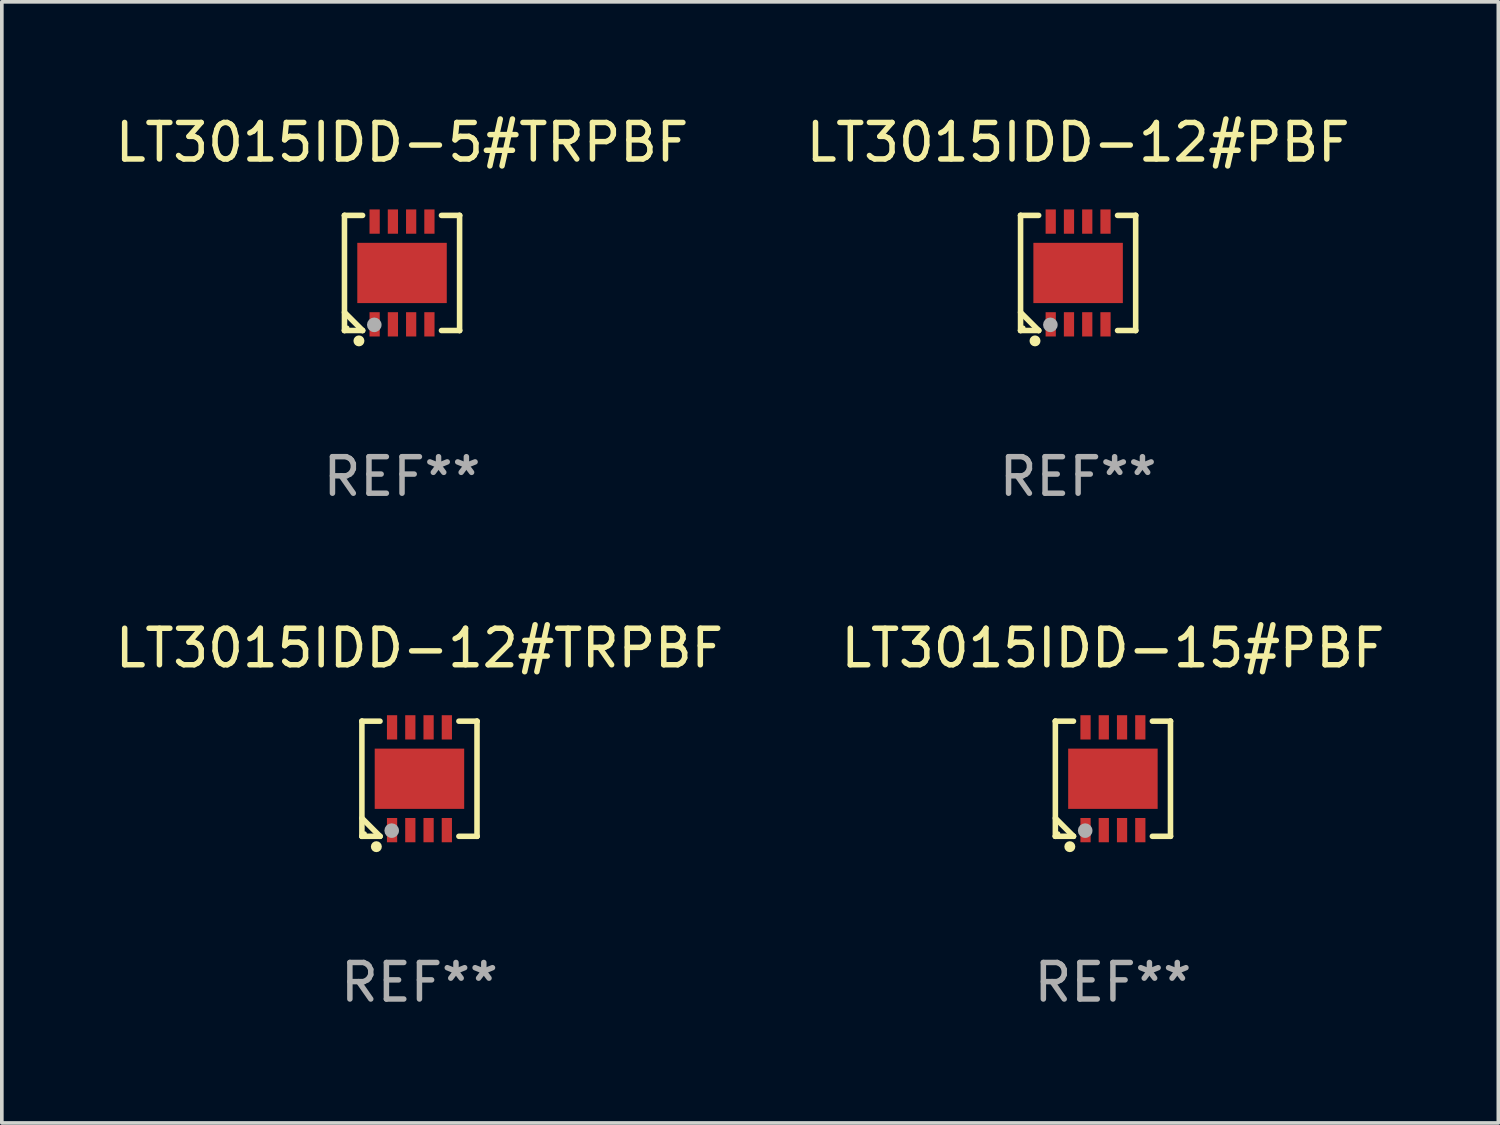
<source format=kicad_pcb>
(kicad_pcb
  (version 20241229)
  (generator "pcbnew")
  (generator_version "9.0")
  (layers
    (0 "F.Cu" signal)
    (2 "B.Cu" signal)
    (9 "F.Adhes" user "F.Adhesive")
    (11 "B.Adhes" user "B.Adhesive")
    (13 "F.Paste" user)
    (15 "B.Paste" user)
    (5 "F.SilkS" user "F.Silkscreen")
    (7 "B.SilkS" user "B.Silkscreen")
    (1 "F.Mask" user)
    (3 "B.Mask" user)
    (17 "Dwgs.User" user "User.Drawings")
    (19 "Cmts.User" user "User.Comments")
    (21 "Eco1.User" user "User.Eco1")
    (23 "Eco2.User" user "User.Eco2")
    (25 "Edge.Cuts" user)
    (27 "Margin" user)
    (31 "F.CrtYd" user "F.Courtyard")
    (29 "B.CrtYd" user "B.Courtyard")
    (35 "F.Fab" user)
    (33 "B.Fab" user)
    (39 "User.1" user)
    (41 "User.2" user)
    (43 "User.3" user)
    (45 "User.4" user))
  (footprint "LT3015IDD-5#TRPBF"
    (layer "F.Cu")
    (at 7.958 4.424)
    (property "Reference" "LT3015IDD-5#TRPBF" (at 0 -3.576 0) (layer "F.SilkS") (effects (font (size 1 1) (thickness 0.15))))
    (attr through_hole)
    (fp_line (start -1.576 -1.576) (end -1.576 -1.576) (stroke (width 0.152) (type solid)) (layer "F.SilkS"))
    (fp_line (start -1.576 -1.576) (end -1.08 -1.576) (stroke (width 0.152) (type solid)) (layer "F.SilkS"))
    (fp_line (start -1.576 1.576) (end -1.576 -1.576) (stroke (width 0.152) (type solid)) (layer "F.SilkS"))
    (fp_line (start -1.576 1.576) (end -1.576 1.576) (stroke (width 0.152) (type solid)) (layer "F.SilkS"))
    (fp_line (start -1.08 1.575) (end -1.576 1.079) (stroke (width 0.152) (type solid)) (layer "F.SilkS"))
    (fp_line (start -1.08 1.576) (end -1.576 1.576) (stroke (width 0.152) (type solid)) (layer "F.SilkS"))
    (fp_line (start -1.08 1.576) (end -1.08 1.575) (stroke (width 0.152) (type solid)) (layer "F.SilkS"))
    (fp_line (start 1.08 1.576) (end 1.576 1.576) (stroke (width 0.152) (type solid)) (layer "F.SilkS"))
    (fp_line (start 1.576 -1.576) (end 1.08 -1.576) (stroke (width 0.152) (type solid)) (layer "F.SilkS"))
    (fp_line (start 1.576 -1.576) (end 1.576 -1.576) (stroke (width 0.152) (type solid)) (layer "F.SilkS"))
    (fp_line (start 1.576 1.576) (end 1.576 -1.576) (stroke (width 0.152) (type solid)) (layer "F.SilkS"))
    (fp_line (start 1.576 1.576) (end 1.576 1.576) (stroke (width 0.152) (type solid)) (layer "F.SilkS"))
    (fp_circle (center -1.5 1.5) (end -1.47 1.5) (stroke (width 0.06) (type solid)) (fill no) (layer "F.SilkS"))
    (fp_circle (center -1.18 1.86) (end -1.105 1.86) (stroke (width 0.15) (type solid)) (fill no) (layer "F.SilkS"))
    (fp_circle (center -0.76 1.42) (end -0.66 1.42) (stroke (width 0.2) (type solid)) (fill no) (layer "F.Fab"))
    (fp_text user "REF**" (at 0 5.576 0) (layer "F.Fab") (effects (font (size 1 1) (thickness 0.15))))
    (pad "1" smd rect (at -0.75 1.407) (size 0.28 0.665) (layers "F.Cu" "F.Mask" "F.Paste"))
    (pad "2" smd rect (at -0.25 1.407) (size 0.28 0.665) (layers "F.Cu" "F.Mask" "F.Paste"))
    (pad "3" smd rect (at 0.25 1.407) (size 0.28 0.665) (layers "F.Cu" "F.Mask" "F.Paste"))
    (pad "4" smd rect (at 0.75 1.407) (size 0.28 0.665) (layers "F.Cu" "F.Mask" "F.Paste"))
    (pad "5" smd rect (at 0.75 -1.407) (size 0.28 0.665) (layers "F.Cu" "F.Mask" "F.Paste"))
    (pad "6" smd rect (at 0.25 -1.407) (size 0.28 0.665) (layers "F.Cu" "F.Mask" "F.Paste"))
    (pad "7" smd rect (at -0.25 -1.407) (size 0.28 0.665) (layers "F.Cu" "F.Mask" "F.Paste"))
    (pad "8" smd rect (at -0.75 -1.407) (size 0.28 0.665) (layers "F.Cu" "F.Mask" "F.Paste"))
    (pad "9" smd rect (at 0 0) (size 2.45 1.65) (layers "F.Cu" "F.Mask" "F.Paste")))
  (footprint "LT3015IDD-15#PBF"
    (layer "F.Cu")
    (at 27.423 18.273)
    (property "Reference" "LT3015IDD-15#PBF" (at 0 -3.576 0) (layer "F.SilkS") (effects (font (size 1 1) (thickness 0.15))))
    (attr through_hole)
    (fp_line (start -1.576 -1.576) (end -1.576 -1.576) (stroke (width 0.152) (type solid)) (layer "F.SilkS"))
    (fp_line (start -1.576 -1.576) (end -1.08 -1.576) (stroke (width 0.152) (type solid)) (layer "F.SilkS"))
    (fp_line (start -1.576 1.576) (end -1.576 -1.576) (stroke (width 0.152) (type solid)) (layer "F.SilkS"))
    (fp_line (start -1.576 1.576) (end -1.576 1.576) (stroke (width 0.152) (type solid)) (layer "F.SilkS"))
    (fp_line (start -1.08 1.575) (end -1.576 1.079) (stroke (width 0.152) (type solid)) (layer "F.SilkS"))
    (fp_line (start -1.08 1.576) (end -1.576 1.576) (stroke (width 0.152) (type solid)) (layer "F.SilkS"))
    (fp_line (start -1.08 1.576) (end -1.08 1.575) (stroke (width 0.152) (type solid)) (layer "F.SilkS"))
    (fp_line (start 1.08 1.576) (end 1.576 1.576) (stroke (width 0.152) (type solid)) (layer "F.SilkS"))
    (fp_line (start 1.576 -1.576) (end 1.08 -1.576) (stroke (width 0.152) (type solid)) (layer "F.SilkS"))
    (fp_line (start 1.576 -1.576) (end 1.576 -1.576) (stroke (width 0.152) (type solid)) (layer "F.SilkS"))
    (fp_line (start 1.576 1.576) (end 1.576 -1.576) (stroke (width 0.152) (type solid)) (layer "F.SilkS"))
    (fp_line (start 1.576 1.576) (end 1.576 1.576) (stroke (width 0.152) (type solid)) (layer "F.SilkS"))
    (fp_circle (center -1.5 1.5) (end -1.47 1.5) (stroke (width 0.06) (type solid)) (fill no) (layer "F.SilkS"))
    (fp_circle (center -1.18 1.86) (end -1.105 1.86) (stroke (width 0.15) (type solid)) (fill no) (layer "F.SilkS"))
    (fp_circle (center -0.76 1.42) (end -0.66 1.42) (stroke (width 0.2) (type solid)) (fill no) (layer "F.Fab"))
    (fp_text user "REF**" (at 0 5.576 0) (layer "F.Fab") (effects (font (size 1 1) (thickness 0.15))))
    (pad "1" smd rect (at -0.75 1.407) (size 0.28 0.665) (layers "F.Cu" "F.Mask" "F.Paste"))
    (pad "2" smd rect (at -0.25 1.407) (size 0.28 0.665) (layers "F.Cu" "F.Mask" "F.Paste"))
    (pad "3" smd rect (at 0.25 1.407) (size 0.28 0.665) (layers "F.Cu" "F.Mask" "F.Paste"))
    (pad "4" smd rect (at 0.75 1.407) (size 0.28 0.665) (layers "F.Cu" "F.Mask" "F.Paste"))
    (pad "5" smd rect (at 0.75 -1.407) (size 0.28 0.665) (layers "F.Cu" "F.Mask" "F.Paste"))
    (pad "6" smd rect (at 0.25 -1.407) (size 0.28 0.665) (layers "F.Cu" "F.Mask" "F.Paste"))
    (pad "7" smd rect (at -0.25 -1.407) (size 0.28 0.665) (layers "F.Cu" "F.Mask" "F.Paste"))
    (pad "8" smd rect (at -0.75 -1.407) (size 0.28 0.665) (layers "F.Cu" "F.Mask" "F.Paste"))
    (pad "9" smd rect (at 0 0) (size 2.45 1.65) (layers "F.Cu" "F.Mask" "F.Paste")))
  (footprint "LT3015IDD-12#TRPBF"
    (layer "F.Cu")
    (at 8.435 18.273)
    (property "Reference" "LT3015IDD-12#TRPBF" (at 0 -3.576 0) (layer "F.SilkS") (effects (font (size 1 1) (thickness 0.15))))
    (attr through_hole)
    (fp_line (start -1.576 -1.576) (end -1.576 -1.576) (stroke (width 0.152) (type solid)) (layer "F.SilkS"))
    (fp_line (start -1.576 -1.576) (end -1.08 -1.576) (stroke (width 0.152) (type solid)) (layer "F.SilkS"))
    (fp_line (start -1.576 1.576) (end -1.576 -1.576) (stroke (width 0.152) (type solid)) (layer "F.SilkS"))
    (fp_line (start -1.576 1.576) (end -1.576 1.576) (stroke (width 0.152) (type solid)) (layer "F.SilkS"))
    (fp_line (start -1.08 1.575) (end -1.576 1.079) (stroke (width 0.152) (type solid)) (layer "F.SilkS"))
    (fp_line (start -1.08 1.576) (end -1.576 1.576) (stroke (width 0.152) (type solid)) (layer "F.SilkS"))
    (fp_line (start -1.08 1.576) (end -1.08 1.575) (stroke (width 0.152) (type solid)) (layer "F.SilkS"))
    (fp_line (start 1.08 1.576) (end 1.576 1.576) (stroke (width 0.152) (type solid)) (layer "F.SilkS"))
    (fp_line (start 1.576 -1.576) (end 1.08 -1.576) (stroke (width 0.152) (type solid)) (layer "F.SilkS"))
    (fp_line (start 1.576 -1.576) (end 1.576 -1.576) (stroke (width 0.152) (type solid)) (layer "F.SilkS"))
    (fp_line (start 1.576 1.576) (end 1.576 -1.576) (stroke (width 0.152) (type solid)) (layer "F.SilkS"))
    (fp_line (start 1.576 1.576) (end 1.576 1.576) (stroke (width 0.152) (type solid)) (layer "F.SilkS"))
    (fp_circle (center -1.5 1.5) (end -1.47 1.5) (stroke (width 0.06) (type solid)) (fill no) (layer "F.SilkS"))
    (fp_circle (center -1.18 1.86) (end -1.105 1.86) (stroke (width 0.15) (type solid)) (fill no) (layer "F.SilkS"))
    (fp_circle (center -0.76 1.42) (end -0.66 1.42) (stroke (width 0.2) (type solid)) (fill no) (layer "F.Fab"))
    (fp_text user "REF**" (at 0 5.576 0) (layer "F.Fab") (effects (font (size 1 1) (thickness 0.15))))
    (pad "1" smd rect (at -0.75 1.407) (size 0.28 0.665) (layers "F.Cu" "F.Mask" "F.Paste"))
    (pad "2" smd rect (at -0.25 1.407) (size 0.28 0.665) (layers "F.Cu" "F.Mask" "F.Paste"))
    (pad "3" smd rect (at 0.25 1.407) (size 0.28 0.665) (layers "F.Cu" "F.Mask" "F.Paste"))
    (pad "4" smd rect (at 0.75 1.407) (size 0.28 0.665) (layers "F.Cu" "F.Mask" "F.Paste"))
    (pad "5" smd rect (at 0.75 -1.407) (size 0.28 0.665) (layers "F.Cu" "F.Mask" "F.Paste"))
    (pad "6" smd rect (at 0.25 -1.407) (size 0.28 0.665) (layers "F.Cu" "F.Mask" "F.Paste"))
    (pad "7" smd rect (at -0.25 -1.407) (size 0.28 0.665) (layers "F.Cu" "F.Mask" "F.Paste"))
    (pad "8" smd rect (at -0.75 -1.407) (size 0.28 0.665) (layers "F.Cu" "F.Mask" "F.Paste"))
    (pad "9" smd rect (at 0 0) (size 2.45 1.65) (layers "F.Cu" "F.Mask" "F.Paste")))
  (footprint "LT3015IDD-12#PBF"
    (layer "F.Cu")
    (at 26.47 4.424)
    (property "Reference" "LT3015IDD-12#PBF" (at 0 -3.576 0) (layer "F.SilkS") (effects (font (size 1 1) (thickness 0.15))))
    (attr through_hole)
    (fp_line (start -1.576 -1.576) (end -1.576 -1.576) (stroke (width 0.152) (type solid)) (layer "F.SilkS"))
    (fp_line (start -1.576 -1.576) (end -1.08 -1.576) (stroke (width 0.152) (type solid)) (layer "F.SilkS"))
    (fp_line (start -1.576 1.576) (end -1.576 -1.576) (stroke (width 0.152) (type solid)) (layer "F.SilkS"))
    (fp_line (start -1.576 1.576) (end -1.576 1.576) (stroke (width 0.152) (type solid)) (layer "F.SilkS"))
    (fp_line (start -1.08 1.575) (end -1.576 1.079) (stroke (width 0.152) (type solid)) (layer "F.SilkS"))
    (fp_line (start -1.08 1.576) (end -1.576 1.576) (stroke (width 0.152) (type solid)) (layer "F.SilkS"))
    (fp_line (start -1.08 1.576) (end -1.08 1.575) (stroke (width 0.152) (type solid)) (layer "F.SilkS"))
    (fp_line (start 1.08 1.576) (end 1.576 1.576) (stroke (width 0.152) (type solid)) (layer "F.SilkS"))
    (fp_line (start 1.576 -1.576) (end 1.08 -1.576) (stroke (width 0.152) (type solid)) (layer "F.SilkS"))
    (fp_line (start 1.576 -1.576) (end 1.576 -1.576) (stroke (width 0.152) (type solid)) (layer "F.SilkS"))
    (fp_line (start 1.576 1.576) (end 1.576 -1.576) (stroke (width 0.152) (type solid)) (layer "F.SilkS"))
    (fp_line (start 1.576 1.576) (end 1.576 1.576) (stroke (width 0.152) (type solid)) (layer "F.SilkS"))
    (fp_circle (center -1.5 1.5) (end -1.47 1.5) (stroke (width 0.06) (type solid)) (fill no) (layer "F.SilkS"))
    (fp_circle (center -1.18 1.86) (end -1.105 1.86) (stroke (width 0.15) (type solid)) (fill no) (layer "F.SilkS"))
    (fp_circle (center -0.76 1.42) (end -0.66 1.42) (stroke (width 0.2) (type solid)) (fill no) (layer "F.Fab"))
    (fp_text user "REF**" (at 0 5.576 0) (layer "F.Fab") (effects (font (size 1 1) (thickness 0.15))))
    (pad "1" smd rect (at -0.75 1.407) (size 0.28 0.665) (layers "F.Cu" "F.Mask" "F.Paste"))
    (pad "2" smd rect (at -0.25 1.407) (size 0.28 0.665) (layers "F.Cu" "F.Mask" "F.Paste"))
    (pad "3" smd rect (at 0.25 1.407) (size 0.28 0.665) (layers "F.Cu" "F.Mask" "F.Paste"))
    (pad "4" smd rect (at 0.75 1.407) (size 0.28 0.665) (layers "F.Cu" "F.Mask" "F.Paste"))
    (pad "5" smd rect (at 0.75 -1.407) (size 0.28 0.665) (layers "F.Cu" "F.Mask" "F.Paste"))
    (pad "6" smd rect (at 0.25 -1.407) (size 0.28 0.665) (layers "F.Cu" "F.Mask" "F.Paste"))
    (pad "7" smd rect (at -0.25 -1.407) (size 0.28 0.665) (layers "F.Cu" "F.Mask" "F.Paste"))
    (pad "8" smd rect (at -0.75 -1.407) (size 0.28 0.665) (layers "F.Cu" "F.Mask" "F.Paste"))
    (pad "9" smd rect (at 0 0) (size 2.45 1.65) (layers "F.Cu" "F.Mask" "F.Paste")))
  (gr_rect
    (start -3 -3)
    (end 37.976 27.698)
    (stroke (width 0.1) (type default))
    (fill no)
    (layer "Edge.Cuts")))
</source>
